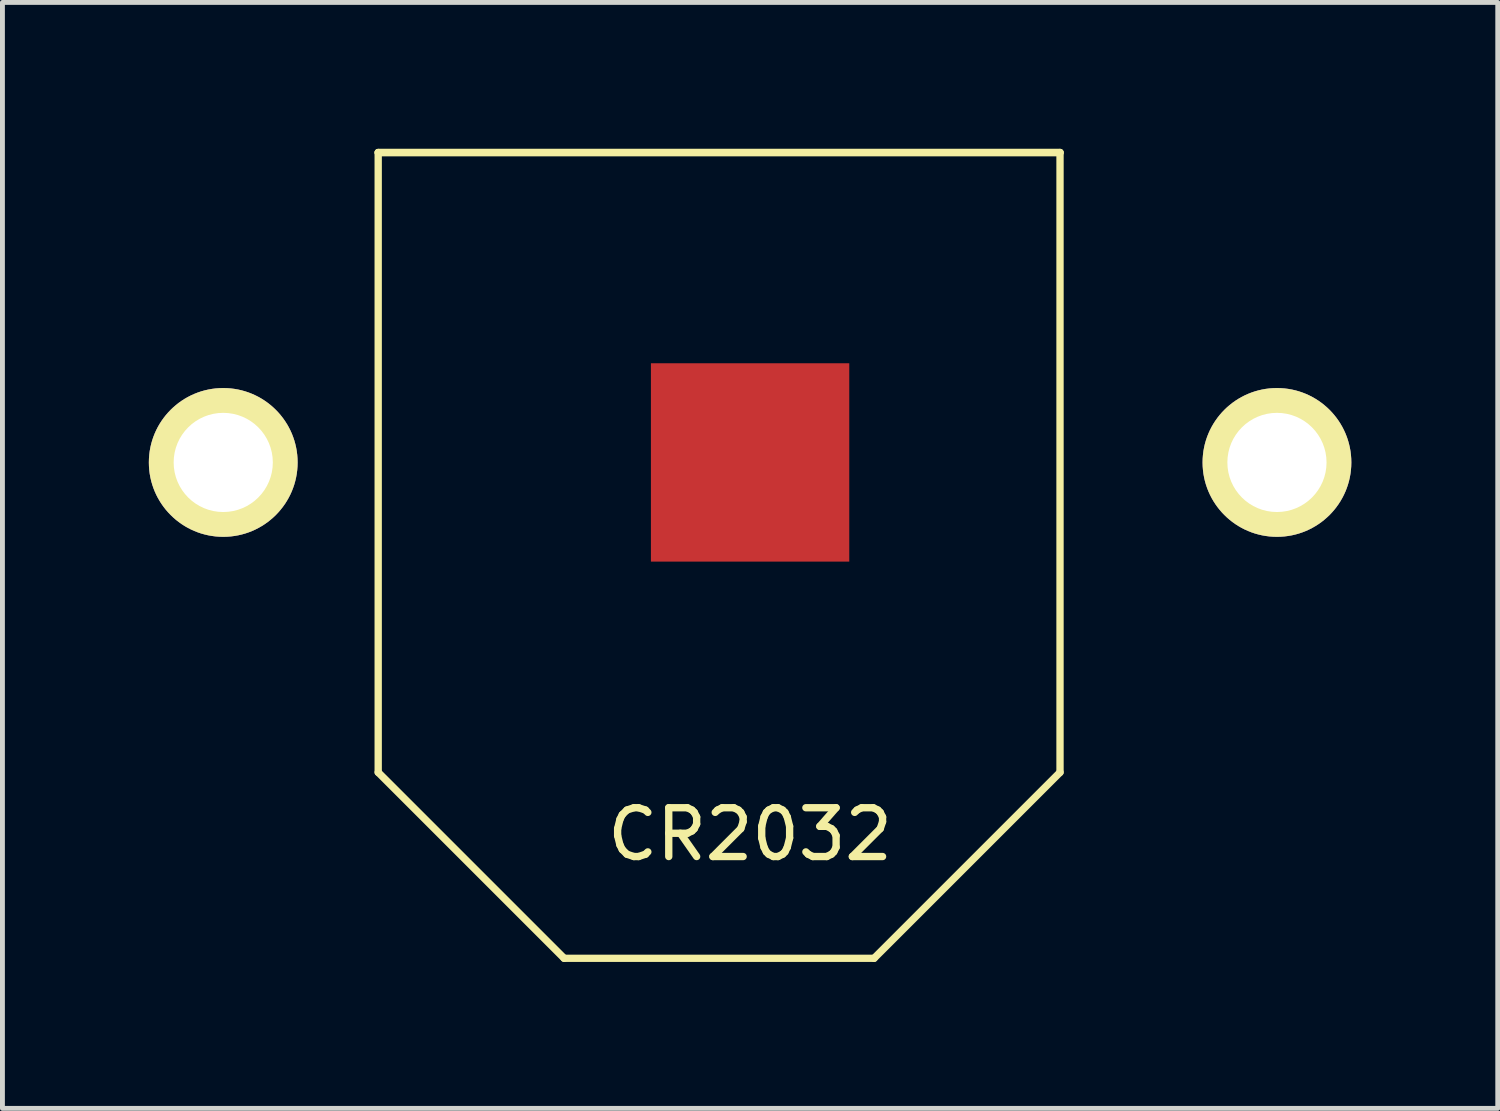
<source format=kicad_pcb>
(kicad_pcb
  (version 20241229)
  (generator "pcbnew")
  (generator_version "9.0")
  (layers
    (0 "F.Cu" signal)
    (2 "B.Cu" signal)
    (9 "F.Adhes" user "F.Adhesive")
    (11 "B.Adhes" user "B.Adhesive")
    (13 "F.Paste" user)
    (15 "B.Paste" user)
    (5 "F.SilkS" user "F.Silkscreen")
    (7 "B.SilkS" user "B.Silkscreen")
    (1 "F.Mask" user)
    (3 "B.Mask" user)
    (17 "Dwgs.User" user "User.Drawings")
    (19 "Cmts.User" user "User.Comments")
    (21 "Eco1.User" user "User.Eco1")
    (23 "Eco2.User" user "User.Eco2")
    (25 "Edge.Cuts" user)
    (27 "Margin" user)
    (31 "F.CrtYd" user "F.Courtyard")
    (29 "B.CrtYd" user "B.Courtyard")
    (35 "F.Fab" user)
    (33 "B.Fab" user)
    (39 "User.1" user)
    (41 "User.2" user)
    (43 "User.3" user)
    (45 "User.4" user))
  (footprint "CR2032"
    (layer "F.Cu")
    (at 12.319 6.425)
    (property "Reference" "CR2032" (at 0 7.62 0) (layer "F.SilkS") (effects (font (size 1 1) (thickness 0.15))))
    (attr through_hole)
    (fp_line (start -7.62 -6.35) (end -7.62 6.35) (stroke (width 0.15) (type solid)) (layer "F.SilkS"))
    (fp_line (start -7.62 -6.35) (end 6.35 -6.35) (stroke (width 0.15) (type solid)) (layer "F.SilkS"))
    (fp_line (start -7.62 6.35) (end -3.81 10.16) (stroke (width 0.15) (type solid)) (layer "F.SilkS"))
    (fp_line (start -3.81 10.16) (end 2.54 10.16) (stroke (width 0.15) (type solid)) (layer "F.SilkS"))
    (fp_line (start 2.54 10.16) (end 6.35 6.35) (stroke (width 0.15) (type solid)) (layer "F.SilkS"))
    (fp_line (start 6.35 -6.35) (end -7.62 -6.35) (stroke (width 0.15) (type solid)) (layer "F.SilkS"))
    (fp_line (start 6.35 6.35) (end 6.35 -6.35) (stroke (width 0.15) (type solid)) (layer "F.SilkS"))
    (pad "1" thru_hole circle (at -10.795 0) (size 3.048 3.048) (drill 2.032) (layers "*.Cu" "*.Mask" "F.SilkS"))
    (pad "1" thru_hole circle (at 10.795 0) (size 3.048 3.048) (drill 2.032) (layers "*.Cu" "*.Mask" "F.SilkS"))
    (pad "2" smd rect (at 0 0) (size 4.064 4.064) (layers "F.Cu" "F.Mask" "F.Paste")))
  (gr_rect
    (start -3 -3)
    (end 27.638 19.66)
    (stroke (width 0.1) (type default))
    (fill no)
    (layer "Edge.Cuts")))
</source>
